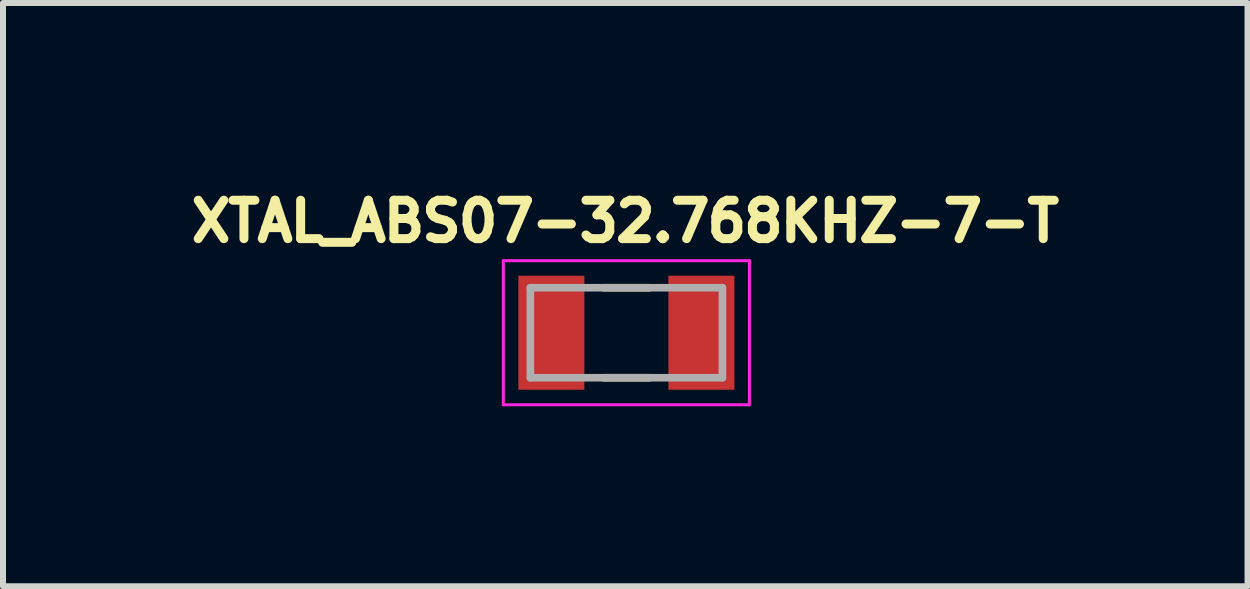
<source format=kicad_pcb>
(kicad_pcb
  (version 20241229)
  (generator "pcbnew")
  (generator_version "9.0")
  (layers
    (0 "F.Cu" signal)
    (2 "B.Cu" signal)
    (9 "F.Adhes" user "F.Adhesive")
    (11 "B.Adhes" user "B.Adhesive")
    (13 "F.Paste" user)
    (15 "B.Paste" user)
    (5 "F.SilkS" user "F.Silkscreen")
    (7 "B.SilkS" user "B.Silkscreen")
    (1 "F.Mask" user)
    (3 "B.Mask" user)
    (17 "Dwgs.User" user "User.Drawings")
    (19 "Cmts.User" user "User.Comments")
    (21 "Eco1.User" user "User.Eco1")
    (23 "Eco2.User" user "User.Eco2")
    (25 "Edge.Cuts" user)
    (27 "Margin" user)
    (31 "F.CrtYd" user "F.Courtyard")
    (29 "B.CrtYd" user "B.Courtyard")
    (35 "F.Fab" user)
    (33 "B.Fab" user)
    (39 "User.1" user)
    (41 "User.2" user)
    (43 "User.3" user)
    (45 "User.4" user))
  (footprint "XTAL_ABS07-32.768KHZ-7-T"
    (layer "F.Cu")
    (at 7.387 2.494)
    (property "Reference" "XTAL_ABS07-32.768KHZ-7-T" (at -0.018 -1.856 0) (layer "F.SilkS") (effects (font (size 0.64 0.64) (thickness 0.15))))
    (attr smd)
    (fp_line (start -0.38 -0.75) (end 0.38 -0.75) (stroke (width 0.127) (type solid)) (layer "F.SilkS"))
    (fp_line (start -0.38 0.75) (end 0.38 0.75) (stroke (width 0.127) (type solid)) (layer "F.SilkS"))
    (fp_line (start -2.05 -1.2) (end -2.05 1.2) (stroke (width 0.05) (type solid)) (layer "F.CrtYd"))
    (fp_line (start -2.05 1.2) (end 2.05 1.2) (stroke (width 0.05) (type solid)) (layer "F.CrtYd"))
    (fp_line (start 2.05 -1.2) (end -2.05 -1.2) (stroke (width 0.05) (type solid)) (layer "F.CrtYd"))
    (fp_line (start 2.05 1.2) (end 2.05 -1.2) (stroke (width 0.05) (type solid)) (layer "F.CrtYd"))
    (fp_line (start -1.6 -0.75) (end -1.6 0.75) (stroke (width 0.127) (type solid)) (layer "F.Fab"))
    (fp_line (start -1.6 -0.75) (end 1.6 -0.75) (stroke (width 0.127) (type solid)) (layer "F.Fab"))
    (fp_line (start -1.6 0.75) (end 1.6 0.75) (stroke (width 0.127) (type solid)) (layer "F.Fab"))
    (fp_line (start 1.6 -0.75) (end 1.6 0.75) (stroke (width 0.127) (type solid)) (layer "F.Fab"))
    (pad "1" smd rect (at -1.25 0) (size 1.1 1.9) (layers "F.Cu" "F.Mask" "F.Paste"))
    (pad "2" smd rect (at 1.25 0) (size 1.1 1.9) (layers "F.Cu" "F.Mask" "F.Paste")))
  (gr_rect
    (start -3 -3)
    (end 17.737 6.719)
    (stroke (width 0.1) (type default))
    (fill no)
    (layer "Edge.Cuts")))
</source>
